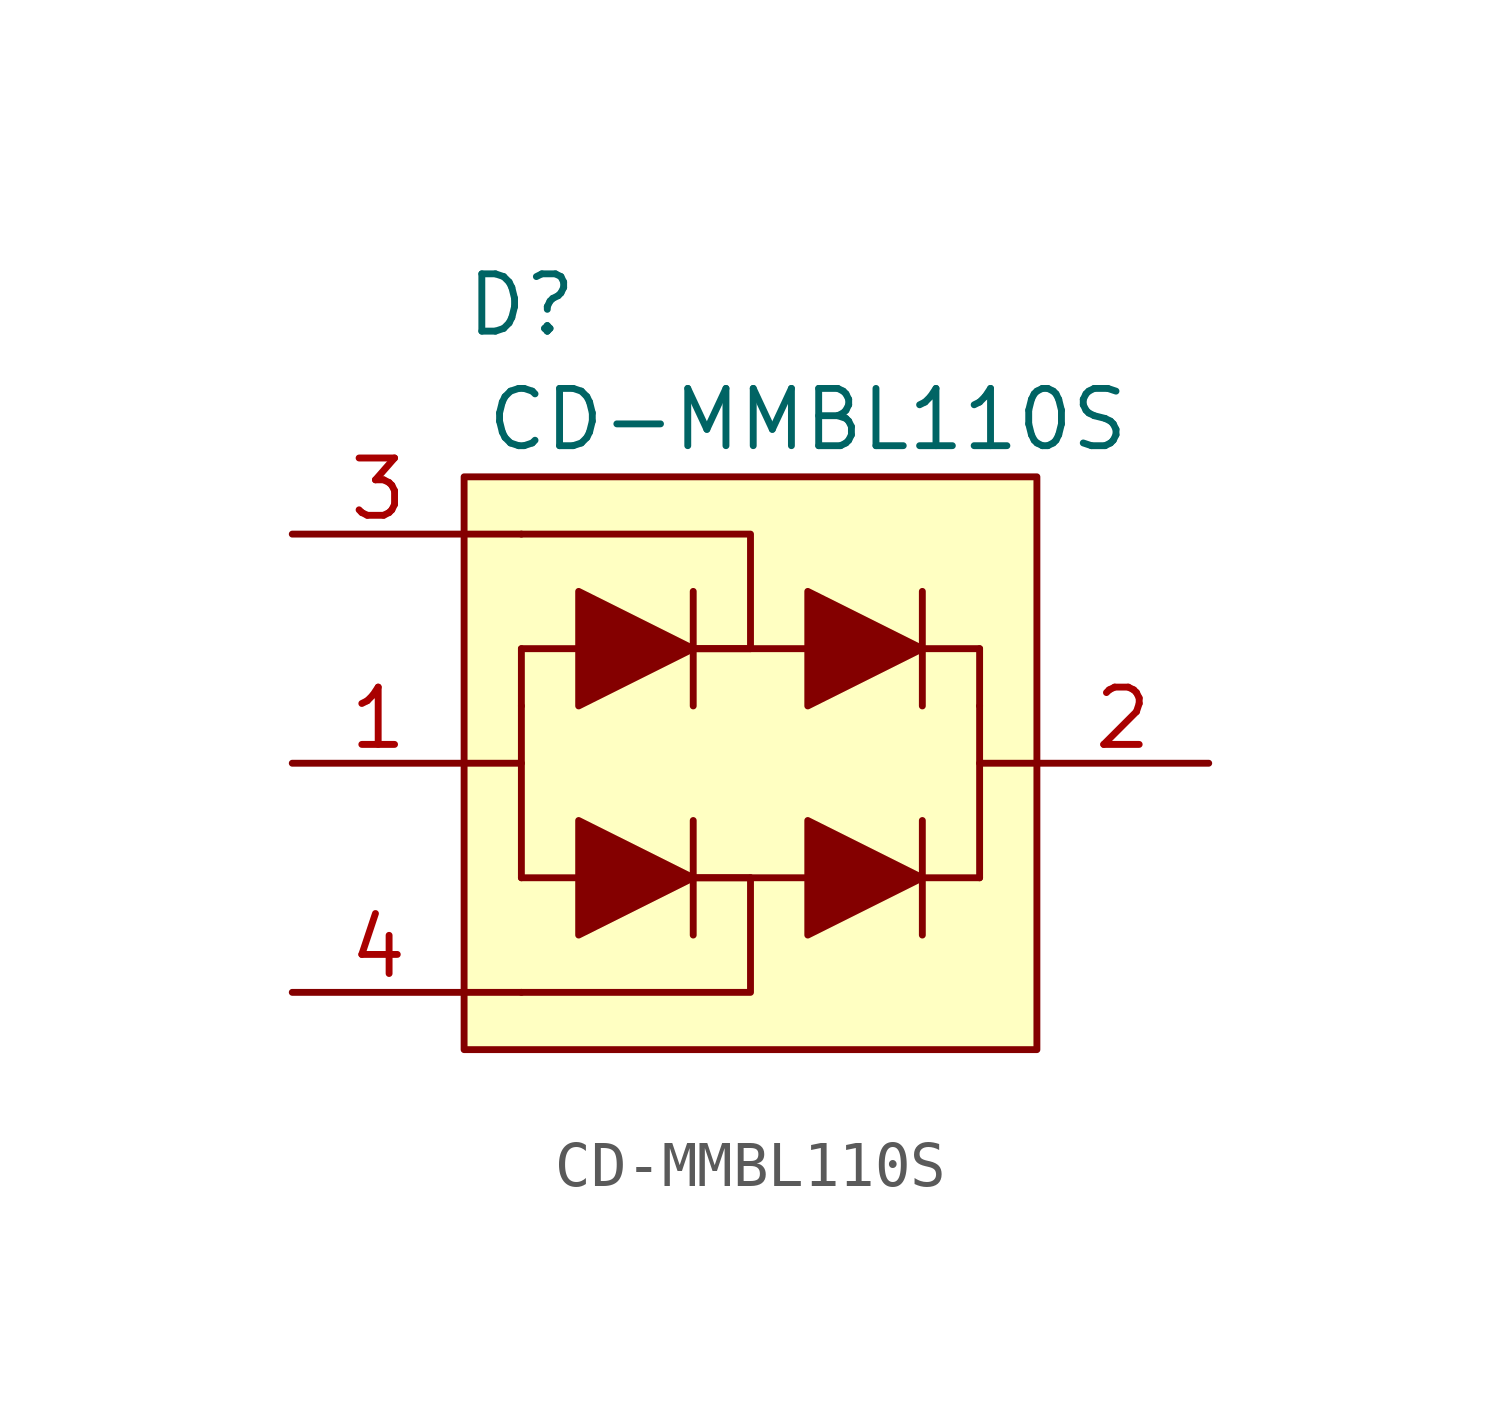
<source format=kicad_sym>
(kicad_symbol_lib
  (version 20211014)
  (generator kicad_symbol_editor)
  (symbol "CD-MMBL110S"
    (pin_names
      (offset 1.016))
    (property "Reference" "D"
      (at 3.81 5.08 0)
      (effects (font (size 1.27 1.27))))
    (property "Value" "CD-MMBL110S"
      (at 10.16 2.54 0)
      (effects (font (size 1.27 1.27))))
    (symbol "CD-MMBL110S_0_1"
      (polyline (pts (xy 2.54 -5.08) (xy 3.81 -5.08)) (stroke (width 0) (type default) (color 0 0 0 0)) (fill (type none)))
      (polyline (pts (xy 3.81 -10.16) (xy 2.54 -10.16)) (stroke (width 0) (type default) (color 0 0 0 0)) (fill (type none)))
      (polyline (pts (xy 3.81 -3.81) (xy 3.81 -7.62)) (stroke (width 0) (type default) (color 0 0 0 0)) (fill (type none)))
      (polyline (pts (xy 3.81 -2.54) (xy 3.81 -3.81)) (stroke (width 0) (type default) (color 0 0 0 0)) (fill (type none)))
      (polyline (pts (xy 3.81 0) (xy 2.54 0)) (stroke (width 0) (type default) (color 0 0 0 0)) (fill (type none)))
      (polyline (pts (xy 5.08 -7.62) (xy 3.81 -7.62)) (stroke (width 0) (type default) (color 0 0 0 0)) (fill (type none)))
      (polyline (pts (xy 5.08 -2.54) (xy 3.81 -2.54)) (stroke (width 0) (type default) (color 0 0 0 0)) (fill (type none)))
      (polyline (pts (xy 8.89 -7.62) (xy 7.62 -7.62)) (stroke (width 0) (type default) (color 0 0 0 0)) (fill (type none)))
      (polyline (pts (xy 8.89 -2.54) (xy 7.62 -2.54)) (stroke (width 0) (type default) (color 0 0 0 0)) (fill (type none)))
      (polyline (pts (xy 10.16 -7.62) (xy 6.35 -7.62)) (stroke (width 0) (type default) (color 0 0 0 0)) (fill (type none)))
      (polyline (pts (xy 10.16 -2.54) (xy 6.35 -2.54)) (stroke (width 0) (type default) (color 0 0 0 0)) (fill (type none)))
      (polyline (pts (xy 12.7 -7.62) (xy 13.97 -7.62)) (stroke (width 0) (type default) (color 0 0 0 0)) (fill (type none)))
      (polyline (pts (xy 12.7 -2.54) (xy 13.97 -2.54)) (stroke (width 0) (type default) (color 0 0 0 0)) (fill (type none)))
      (polyline (pts (xy 13.97 -5.08) (xy 15.24 -5.08)) (stroke (width 0) (type default) (color 0 0 0 0)) (fill (type none)))
      (polyline (pts (xy 13.97 -3.81) (xy 13.97 -7.62)) (stroke (width 0) (type default) (color 0 0 0 0)) (fill (type none)))
      (polyline (pts (xy 13.97 -2.54) (xy 13.97 -3.81)) (stroke (width 0) (type default) (color 0 0 0 0)) (fill (type none)))
      (polyline (pts (xy 8.89 -7.62) (xy 8.89 -10.16) (xy 3.81 -10.16)) (stroke (width 0) (type default) (color 0 0 0 0)) (fill (type none)))
      (polyline (pts (xy 8.89 -2.54) (xy 8.89 0) (xy 3.81 0)) (stroke (width 0) (type default) (color 0 0 0 0)) (fill (type none)))
      (rectangle (start 2.54 1.27) (end 15.24 -11.43) (stroke (width 0) (type default) (color 0 0 0 0)) (fill (type background))))
    (symbol "CD-MMBL110S_1_1"
      (polyline (pts (xy 7.62 -6.35) (xy 7.62 -8.89)) (stroke (width 0) (type default) (color 0 0 0 0)) (fill (type none)))
      (polyline (pts (xy 7.62 -1.27) (xy 7.62 -3.81)) (stroke (width 0) (type default) (color 0 0 0 0)) (fill (type none)))
      (polyline (pts (xy 12.7 -6.35) (xy 12.7 -8.89)) (stroke (width 0) (type default) (color 0 0 0 0)) (fill (type none)))
      (polyline (pts (xy 12.7 -1.27) (xy 12.7 -3.81)) (stroke (width 0) (type default) (color 0 0 0 0)) (fill (type none)))
      (polyline (pts (xy 5.08 -6.35) (xy 5.08 -8.89) (xy 7.62 -7.62) (xy 5.08 -6.35)) (stroke (width 0) (type default) (color 0 0 0 0)) (fill (type outline)))
      (polyline (pts (xy 5.08 -1.27) (xy 5.08 -3.81) (xy 7.62 -2.54) (xy 5.08 -1.27)) (stroke (width 0) (type default) (color 0 0 0 0)) (fill (type outline)))
      (polyline (pts (xy 10.16 -6.35) (xy 10.16 -8.89) (xy 12.7 -7.62) (xy 10.16 -6.35)) (stroke (width 0) (type default) (color 0 0 0 0)) (fill (type outline)))
      (polyline (pts (xy 10.16 -1.27) (xy 10.16 -3.81) (xy 12.7 -2.54) (xy 10.16 -1.27)) (stroke (width 0) (type default) (color 0 0 0 0)) (fill (type outline)))
      (pin passive line (at -1.27 -5.08 0) (length 3.81) (name "~" (effects (font (size 1.27 1.27)))) (number "1" (effects (font (size 1.27 1.27)))))
      (pin passive line (at 19.05 -5.08 180) (length 3.81) (name "~" (effects (font (size 1.27 1.27)))) (number "2" (effects (font (size 1.27 1.27)))))
      (pin passive line (at -1.27 0 0) (length 3.81) (name "~" (effects (font (size 1.27 1.27)))) (number "3" (effects (font (size 1.27 1.27)))))
      (pin passive line (at -1.27 -10.16 0) (length 3.81) (name "~" (effects (font (size 1.27 1.27)))) (number "4" (effects (font (size 1.27 1.27))))))))
</source>
